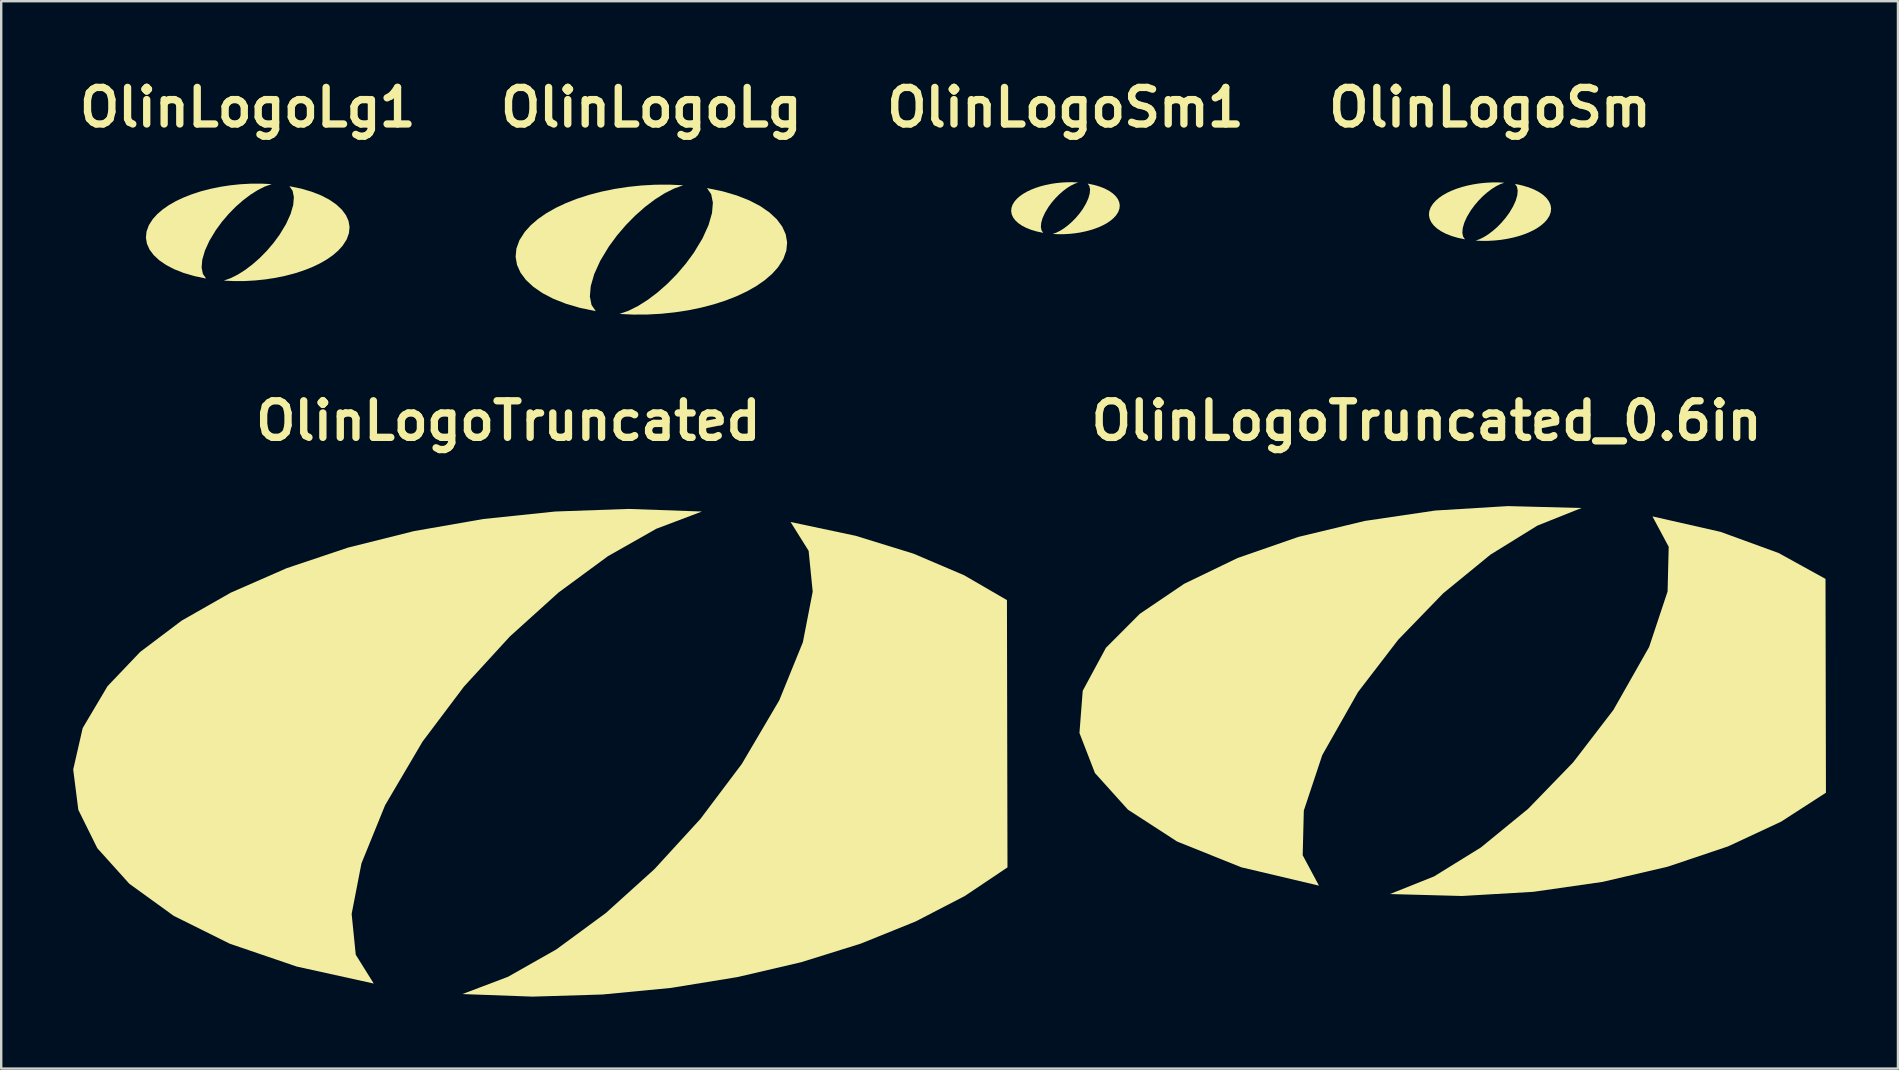
<source format=kicad_pcb>
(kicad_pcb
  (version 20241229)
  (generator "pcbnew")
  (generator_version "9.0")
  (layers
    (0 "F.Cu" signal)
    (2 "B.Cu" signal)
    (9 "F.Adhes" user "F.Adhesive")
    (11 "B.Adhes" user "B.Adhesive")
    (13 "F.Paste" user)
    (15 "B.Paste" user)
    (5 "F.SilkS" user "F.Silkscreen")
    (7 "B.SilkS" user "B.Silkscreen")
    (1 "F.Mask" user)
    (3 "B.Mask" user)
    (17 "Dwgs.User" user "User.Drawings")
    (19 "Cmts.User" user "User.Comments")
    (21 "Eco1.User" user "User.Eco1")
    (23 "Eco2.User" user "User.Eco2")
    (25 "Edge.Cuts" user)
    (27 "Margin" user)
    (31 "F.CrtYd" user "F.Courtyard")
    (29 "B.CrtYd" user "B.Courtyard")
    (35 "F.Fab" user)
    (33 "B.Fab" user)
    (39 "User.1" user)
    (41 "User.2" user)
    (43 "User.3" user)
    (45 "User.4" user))
  (footprint "OlinLogoSm"
    (layer "F.Cu")
    (at 59.031 5.768)
    (property "Reference" "OlinLogoSm" (at 0 -4.342 0) (layer "F.SilkS") (effects (font (size 1.524 1.524) (thickness 0.305))))
    (attr smd)
    (fp_poly (pts (xy 0.599 -1.206) (xy 0.336 -1.218) (xy 0.074 -1.217) (xy -0.187 -1.202) (xy -0.444 -1.176) (xy -0.694 -1.137) (xy -0.937 -1.087) (xy -1.171 -1.026) (xy -1.393 -0.954) (xy -1.601 -0.873) (xy -1.794 -0.782) (xy -1.97 -0.682) (xy -2.126 -0.573) (xy -2.261 -0.457) (xy -2.373 -0.333) (xy -2.474 -0.176) (xy -2.53 -0.019) (xy -2.545 0.135) (xy -2.519 0.285) (xy -2.454 0.43) (xy -2.352 0.568) (xy -2.214 0.697) (xy -2.042 0.815) (xy -1.837 0.922) (xy -1.601 1.015) (xy -1.336 1.093) (xy -1.042 1.154) (xy -1.122 1.038) (xy -1.153 0.88) (xy -1.137 0.685) (xy -1.072 0.46) (xy -0.959 0.211) (xy -0.798 -0.056) (xy -0.645 -0.264) (xy -0.478 -0.46) (xy -0.302 -0.64) (xy -0.118 -0.801) (xy 0.067 -0.941) (xy 0.251 -1.057) (xy 0.429 -1.147) (xy 0.599 -1.206)) (stroke (width 0) (type solid)) (fill yes) (layer "F.SilkS"))
    (fp_poly (pts (xy 1.042 -1.154) (xy 1.122 -1.038) (xy 1.153 -0.88) (xy 1.137 -0.685) (xy 1.072 -0.46) (xy 0.959 -0.211) (xy 0.798 0.056) (xy 0.645 0.264) (xy 0.478 0.46) (xy 0.302 0.64) (xy 0.118 0.801) (xy -0.067 0.941) (xy -0.251 1.057) (xy -0.429 1.147) (xy -0.599 1.206) (xy -0.336 1.218) (xy -0.074 1.217) (xy 0.187 1.202) (xy 0.444 1.176) (xy 0.694 1.137) (xy 0.937 1.087) (xy 1.171 1.026) (xy 1.393 0.954) (xy 1.601 0.873) (xy 1.794 0.782) (xy 1.97 0.682) (xy 2.126 0.573) (xy 2.261 0.457) (xy 2.373 0.333) (xy 2.474 0.176) (xy 2.53 0.019) (xy 2.545 -0.135) (xy 2.519 -0.285) (xy 2.454 -0.43) (xy 2.352 -0.568) (xy 2.214 -0.697) (xy 2.042 -0.815) (xy 1.837 -0.922) (xy 1.601 -1.015) (xy 1.335 -1.093) (xy 1.042 -1.154)) (stroke (width 0) (type solid)) (fill yes) (layer "F.SilkS")))
  (footprint "OlinLogoLg1"
    (layer "F.Cu")
    (at 7.272 6.631)
    (property "Reference" "OlinLogoLg1" (at 0 -5.205 0) (layer "F.SilkS") (effects (font (size 1.524 1.524) (thickness 0.305))))
    (attr smd)
    (fp_poly (pts (xy 0.998 -2.01) (xy 0.56 -2.03) (xy 0.123 -2.028) (xy -0.312 -2.004) (xy -0.739 -1.959) (xy -1.157 -1.895) (xy -1.562 -1.811) (xy -1.951 -1.71) (xy -2.321 -1.59) (xy -2.668 -1.454) (xy -2.99 -1.303) (xy -3.283 -1.136) (xy -3.543 -0.955) (xy -3.769 -0.761) (xy -3.955 -0.555) (xy -4.123 -0.293) (xy -4.217 -0.032) (xy -4.242 0.225) (xy -4.199 0.475) (xy -4.091 0.717) (xy -3.92 0.946) (xy -3.69 1.161) (xy -3.403 1.359) (xy -3.062 1.537) (xy -2.668 1.692) (xy -2.226 1.822) (xy -1.737 1.923) (xy -1.87 1.73) (xy -1.922 1.466) (xy -1.895 1.141) (xy -1.786 0.766) (xy -1.598 0.351) (xy -1.33 -0.093) (xy -1.075 -0.44) (xy -0.797 -0.766) (xy -0.503 -1.066) (xy -0.197 -1.335) (xy 0.112 -1.569) (xy 0.418 -1.762) (xy 0.716 -1.911) (xy 0.998 -2.01)) (stroke (width 0) (type solid)) (fill yes) (layer "F.SilkS"))
    (fp_poly (pts (xy 1.737 -1.923) (xy 1.87 -1.73) (xy 1.922 -1.466) (xy 1.895 -1.141) (xy 1.786 -0.766) (xy 1.598 -0.351) (xy 1.33 0.093) (xy 1.075 0.44) (xy 0.797 0.766) (xy 0.503 1.066) (xy 0.197 1.335) (xy -0.112 1.569) (xy -0.418 1.762) (xy -0.716 1.911) (xy -0.998 2.01) (xy -0.56 2.03) (xy -0.123 2.028) (xy 0.312 2.004) (xy 0.739 1.959) (xy 1.157 1.895) (xy 1.562 1.811) (xy 1.951 1.71) (xy 2.321 1.59) (xy 2.668 1.455) (xy 2.99 1.303) (xy 3.283 1.136) (xy 3.543 0.956) (xy 3.769 0.761) (xy 3.955 0.555) (xy 4.123 0.293) (xy 4.217 0.032) (xy 4.242 -0.225) (xy 4.199 -0.475) (xy 4.091 -0.717) (xy 3.92 -0.946) (xy 3.69 -1.161) (xy 3.403 -1.359) (xy 3.062 -1.537) (xy 2.668 -1.692) (xy 2.226 -1.822) (xy 1.737 -1.923)) (stroke (width 0) (type solid)) (fill yes) (layer "F.SilkS")))
  (footprint "OlinLogoTruncated"
    (layer "F.Cu")
    (at 18.131 28.262)
    (property "Reference" "OlinLogoTruncated" (at 0 -13.779 0) (layer "F.SilkS") (effects (font (size 1.524 1.524) (thickness 0.305))))
    (attr smd)
    (fp_poly (pts (xy 20.773 -6.309) (xy 18.991 -7.343) (xy 16.882 -8.243) (xy 14.466 -8.989) (xy 11.759 -9.563) (xy 12.51 -8.361) (xy 12.68 -6.662) (xy 12.271 -4.555) (xy 11.286 -2.132) (xy 9.727 0.516) (xy 8 2.81) (xy 6.087 4.899) (xy 4.063 6.727) (xy 2.004 8.241) (xy -0.014 9.385) (xy -1.914 10.105) (xy 1.005 10.212) (xy 3.913 10.124) (xy 6.773 9.849) (xy 9.547 9.397) (xy 12.196 8.779) (xy 14.684 8.003) (xy 16.971 7.079) (xy 19.021 6.017) (xy 20.795 4.827) (xy 20.773 -6.309)) (stroke (width 0) (type solid)) (fill yes) (layer "F.SilkS"))
    (fp_poly (pts (xy 8.064 -10) (xy 5 -10.108) (xy 1.95 -10) (xy -1.043 -9.688) (xy -3.935 -9.183) (xy -6.682 -8.496) (xy -9.239 -7.638) (xy -11.564 -6.62) (xy -13.612 -5.454) (xy -15.339 -4.151) (xy -16.702 -2.721) (xy -17.736 -0.977) (xy -18.131 0.751) (xy -17.918 2.429) (xy -17.128 4.026) (xy -15.792 5.51) (xy -13.941 6.848) (xy -11.606 8.008) (xy -8.818 8.959) (xy -5.609 9.667) (xy -6.359 8.466) (xy -6.53 6.766) (xy -6.121 4.66) (xy -5.136 2.237) (xy -3.577 -0.412) (xy -1.85 -2.706) (xy 0.063 -4.794) (xy 2.088 -6.623) (xy 4.146 -8.137) (xy 6.164 -9.281) (xy 8.064 -10)) (stroke (width 0) (type solid)) (fill yes) (layer "F.SilkS")))
  (footprint "OlinLogoLg"
    (layer "F.Cu")
    (at 24.089 7.35)
    (property "Reference" "OlinLogoLg" (at 0 -5.923 0) (layer "F.SilkS") (effects (font (size 1.524 1.524) (thickness 0.305))))
    (attr smd)
    (fp_poly (pts (xy 1.33 -2.681) (xy 0.747 -2.707) (xy 0.164 -2.704) (xy -0.415 -2.672) (xy -0.986 -2.612) (xy -1.543 -2.526) (xy -2.083 -2.415) (xy -2.602 -2.279) (xy -3.095 -2.12) (xy -3.558 -1.939) (xy -3.987 -1.737) (xy -4.377 -1.515) (xy -4.724 -1.274) (xy -5.025 -1.015) (xy -5.274 -0.739) (xy -5.497 -0.391) (xy -5.623 -0.043) (xy -5.656 0.3) (xy -5.598 0.634) (xy -5.454 0.956) (xy -5.227 1.262) (xy -4.92 1.548) (xy -4.538 1.812) (xy -4.082 2.049) (xy -3.558 2.256) (xy -2.968 2.429) (xy -2.316 2.564) (xy -2.493 2.307) (xy -2.563 1.955) (xy -2.526 1.522) (xy -2.382 1.022) (xy -2.131 0.468) (xy -1.774 -0.124) (xy -1.434 -0.587) (xy -1.063 -1.022) (xy -0.67 -1.421) (xy -0.263 -1.78) (xy 0.149 -2.091) (xy 0.557 -2.35) (xy 0.954 -2.548) (xy 1.33 -2.681)) (stroke (width 0) (type solid)) (fill yes) (layer "F.SilkS"))
    (fp_poly (pts (xy 2.316 -2.564) (xy 2.493 -2.307) (xy 2.563 -1.955) (xy 2.526 -1.522) (xy 2.382 -1.021) (xy 2.131 -0.468) (xy 1.774 0.124) (xy 1.434 0.587) (xy 1.063 1.022) (xy 0.67 1.421) (xy 0.263 1.78) (xy -0.149 2.092) (xy -0.557 2.35) (xy -0.954 2.548) (xy -1.33 2.681) (xy -0.747 2.707) (xy -0.164 2.704) (xy 0.415 2.672) (xy 0.986 2.612) (xy 1.543 2.527) (xy 2.083 2.415) (xy 2.602 2.279) (xy 3.095 2.12) (xy 3.558 1.939) (xy 3.987 1.737) (xy 4.377 1.515) (xy 4.724 1.274) (xy 5.025 1.015) (xy 5.274 0.74) (xy 5.497 0.391) (xy 5.623 0.043) (xy 5.656 -0.3) (xy 5.598 -0.634) (xy 5.454 -0.956) (xy 5.227 -1.262) (xy 4.92 -1.548) (xy 4.538 -1.812) (xy 4.082 -2.049) (xy 3.558 -2.256) (xy 2.968 -2.429) (xy 2.316 -2.564)) (stroke (width 0) (type solid)) (fill yes) (layer "F.SilkS")))
  (footprint "OlinLogoSm1"
    (layer "F.Cu")
    (at 41.342 5.625)
    (property "Reference" "OlinLogoSm1" (at 0 -4.198 0) (layer "F.SilkS") (effects (font (size 1.524 1.524) (thickness 0.305))))
    (attr smd)
    (fp_poly (pts (xy 0.532 -1.072) (xy 0.299 -1.083) (xy 0.065 -1.082) (xy -0.166 -1.069) (xy -0.394 -1.045) (xy -0.617 -1.011) (xy -0.833 -0.966) (xy -1.041 -0.912) (xy -1.238 -0.848) (xy -1.423 -0.776) (xy -1.595 -0.695) (xy -1.751 -0.606) (xy -1.89 -0.51) (xy -2.01 -0.406) (xy -2.11 -0.296) (xy -2.199 -0.156) (xy -2.249 -0.017) (xy -2.262 0.12) (xy -2.239 0.254) (xy -2.182 0.382) (xy -2.091 0.505) (xy -1.968 0.619) (xy -1.815 0.725) (xy -1.633 0.82) (xy -1.423 0.902) (xy -1.187 0.971) (xy -0.926 1.026) (xy -0.997 0.923) (xy -1.025 0.782) (xy -1.01 0.609) (xy -0.953 0.409) (xy -0.852 0.187) (xy -0.71 -0.049) (xy -0.574 -0.235) (xy -0.425 -0.409) (xy -0.268 -0.569) (xy -0.105 -0.712) (xy 0.059 -0.837) (xy 0.223 -0.94) (xy 0.382 -1.019) (xy 0.532 -1.072)) (stroke (width 0) (type solid)) (fill yes) (layer "F.SilkS"))
    (fp_poly (pts (xy 0.926 -1.026) (xy 0.997 -0.923) (xy 1.025 -0.782) (xy 1.01 -0.609) (xy 0.953 -0.409) (xy 0.852 -0.187) (xy 0.71 0.05) (xy 0.574 0.235) (xy 0.425 0.409) (xy 0.268 0.569) (xy 0.105 0.712) (xy -0.059 0.837) (xy -0.223 0.94) (xy -0.382 1.019) (xy -0.532 1.072) (xy -0.299 1.083) (xy -0.065 1.082) (xy 0.166 1.069) (xy 0.394 1.045) (xy 0.617 1.011) (xy 0.833 0.966) (xy 1.041 0.912) (xy 1.238 0.848) (xy 1.423 0.776) (xy 1.595 0.695) (xy 1.751 0.606) (xy 1.89 0.51) (xy 2.01 0.406) (xy 2.11 0.296) (xy 2.199 0.156) (xy 2.249 0.017) (xy 2.262 -0.12) (xy 2.239 -0.253) (xy 2.182 -0.382) (xy 2.091 -0.505) (xy 1.968 -0.619) (xy 1.815 -0.725) (xy 1.633 -0.82) (xy 1.423 -0.902) (xy 1.187 -0.971) (xy 0.926 -1.026)) (stroke (width 0) (type solid)) (fill yes) (layer "F.SilkS")))
  (footprint "OlinLogoTruncated_0.6in"
    (layer "F.Cu")
    (at 56.391 26.116)
    (property "Reference" "OlinLogoTruncated_0.6in" (at 0 -11.632 0) (layer "F.SilkS") (effects (font (size 1.524 1.524) (thickness 0.305))))
    (attr smd)
    (fp_poly (pts (xy 16.618 -5.047) (xy 14.659 -6.127) (xy 12.243 -7.007) (xy 9.407 -7.651) (xy 10.085 -6.384) (xy 10.038 -4.523) (xy 9.269 -2.21) (xy 7.781 0.413) (xy 6.104 2.597) (xy 4.229 4.532) (xy 2.261 6.142) (xy 0.306 7.351) (xy -1.531 8.084) (xy 1.471 8.165) (xy 4.445 7.991) (xy 7.326 7.578) (xy 10.05 6.942) (xy 12.553 6.1) (xy 14.769 5.067) (xy 16.636 3.862) (xy 16.618 -5.047)) (stroke (width 0) (type solid)) (fill yes) (layer "F.SilkS"))
    (fp_poly (pts (xy 6.451 -8) (xy 3.387 -8.08) (xy 0.355 -7.895) (xy -2.579 -7.461) (xy -5.345 -6.796) (xy -7.875 -5.918) (xy -10.1 -4.844) (xy -11.952 -3.591) (xy -13.362 -2.177) (xy -14.33 -0.384) (xy -14.466 1.374) (xy -13.82 3.043) (xy -12.446 4.568) (xy -10.398 5.895) (xy -7.727 6.968) (xy -4.487 7.734) (xy -5.165 6.467) (xy -5.118 4.607) (xy -4.349 2.294) (xy -2.861 -0.329) (xy -1.184 -2.513) (xy 0.691 -4.448) (xy 2.659 -6.058) (xy 4.614 -7.267) (xy 6.451 -8)) (stroke (width 0) (type solid)) (fill yes) (layer "F.SilkS")))
  (gr_rect
    (start -3 -3)
    (end 76.027 41.474)
    (stroke (width 0.1) (type default))
    (fill no)
    (layer "Edge.Cuts")))
</source>
